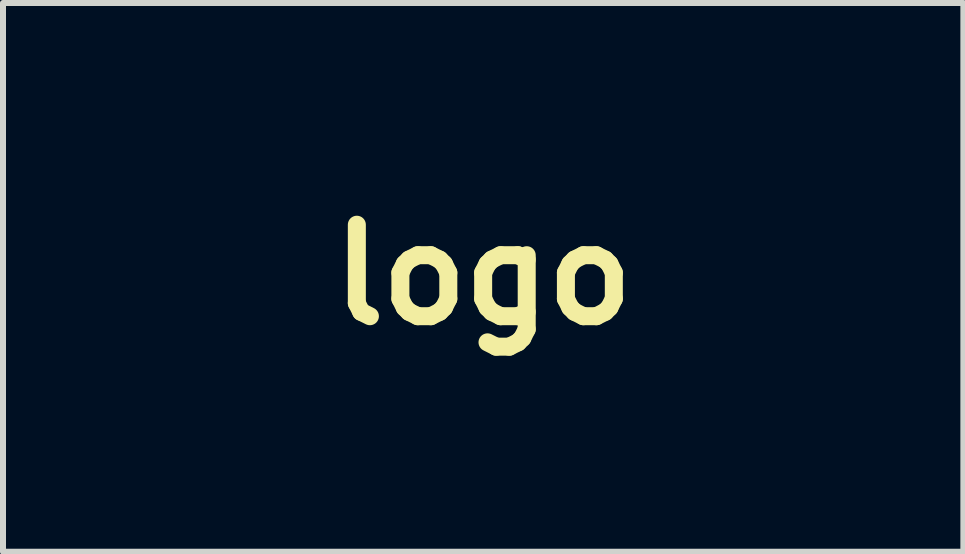
<source format=kicad_pcb>
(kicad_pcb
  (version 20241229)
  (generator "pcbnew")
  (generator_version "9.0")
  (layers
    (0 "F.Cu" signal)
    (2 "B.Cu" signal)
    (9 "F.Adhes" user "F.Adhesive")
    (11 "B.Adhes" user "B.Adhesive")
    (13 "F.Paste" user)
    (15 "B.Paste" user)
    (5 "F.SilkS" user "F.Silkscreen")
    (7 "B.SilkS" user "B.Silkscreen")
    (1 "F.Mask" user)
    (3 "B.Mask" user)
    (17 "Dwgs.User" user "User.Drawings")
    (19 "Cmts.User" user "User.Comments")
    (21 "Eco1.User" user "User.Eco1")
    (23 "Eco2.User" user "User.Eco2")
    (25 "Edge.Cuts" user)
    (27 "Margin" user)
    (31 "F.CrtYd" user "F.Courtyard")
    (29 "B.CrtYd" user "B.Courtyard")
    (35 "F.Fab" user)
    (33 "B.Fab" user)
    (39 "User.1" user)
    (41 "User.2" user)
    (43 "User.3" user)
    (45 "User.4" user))
  (footprint "logo"
    (layer "F.Cu")
    (at 5 1.529)
    (property "Reference" "logo" (at 0 0 0) (layer "F.SilkS") (effects (font (size 1.524 1.524) (thickness 0.3))))
    (attr through_hole)
    (fp_poly (pts (xy -3.471 0.889) (xy -3.514 0.931) (xy -3.556 0.889) (xy -3.514 0.847) (xy -3.471 0.889)) (stroke (width 0.01) (type solid)) (fill no) (layer "Eco2.User"))
    (fp_poly (pts (xy 0.48 1.552) (xy 0.468 1.603) (xy 0.423 1.609) (xy 0.354 1.578) (xy 0.367 1.552) (xy 0.467 1.542) (xy 0.48 1.552)) (stroke (width 0.01) (type solid)) (fill no) (layer "Eco2.User"))
    (fp_poly (pts (xy -1.48 -0.054) (xy -1.397 0) (xy -1.427 0.063) (xy -1.556 0.085) (xy -1.738 0.054) (xy -1.82 0) (xy -1.791 -0.063) (xy -1.661 -0.085) (xy -1.48 -0.054)) (stroke (width 0.01) (type solid)) (fill no) (layer "Eco2.User"))
    (fp_poly (pts (xy 0.192 1.553) (xy 0.195 1.581) (xy 0.062 1.592) (xy 0.042 1.592) (xy -0.089 1.58) (xy -0.076 1.554) (xy -0.062 1.55) (xy 0.123 1.538) (xy 0.192 1.553)) (stroke (width 0.01) (type solid)) (fill no) (layer "Eco2.User"))
    (fp_poly (pts (xy -2.306 1.548) (xy -2.259 1.566) (xy -2.36 1.578) (xy -2.582 1.582) (xy -2.8 1.577) (xy -2.883 1.565) (xy -2.816 1.548) (xy -2.814 1.547) (xy -2.538 1.533) (xy -2.306 1.548)) (stroke (width 0.01) (type solid)) (fill no) (layer "Eco2.User"))
    (fp_poly (pts (xy -1.492 0.377) (xy -1.439 0.466) (xy -1.509 0.555) (xy -1.665 0.595) (xy -1.829 0.575) (xy -1.891 0.536) (xy -1.946 0.421) (xy -1.845 0.353) (xy -1.693 0.339) (xy -1.492 0.377)) (stroke (width 0.01) (type solid)) (fill no) (layer "Eco2.User"))
    (fp_poly (pts (xy 1.051 -0.106) (xy 1.06 -0.005) (xy 1.051 0.012) (xy 0.947 0.071) (xy 0.798 0.081) (xy 0.69 0.041) (xy 0.677 0.01) (xy 0.747 -0.067) (xy 0.894 -0.12) (xy 1.027 -0.12) (xy 1.051 -0.106)) (stroke (width 0.01) (type solid)) (fill no) (layer "Eco2.User"))
    (fp_poly (pts (xy 1.185 1.537) (xy 1.185 1.539) (xy 1.112 1.588) (xy 0.934 1.609) (xy 0.931 1.609) (xy 0.753 1.599) (xy 0.677 1.576) (xy 0.677 1.576) (xy 0.751 1.542) (xy 0.927 1.507) (xy 0.931 1.506) (xy 1.108 1.5) (xy 1.185 1.537)) (stroke (width 0.01) (type solid)) (fill no) (layer "Eco2.User"))
    (fp_poly (pts (xy -4.508 -1.518) (xy -4.246 -1.511) (xy -4.132 -1.493) (xy -4.146 -1.457) (xy -4.219 -1.418) (xy -4.351 -1.324) (xy -4.382 -1.182) (xy -4.363 -1.043) (xy -4.339 -0.853) (xy -4.391 -0.776) (xy -4.555 -0.762) (xy -4.564 -0.762) (xy -4.793 -0.711) (xy -4.904 -0.614) (xy -4.952 -0.571) (xy -4.98 -0.658) (xy -4.992 -0.891) (xy -4.993 -0.995) (xy -4.995 -1.524) (xy -4.508 -1.518)) (stroke (width 0.01) (type solid)) (fill no) (layer "Eco2.User"))
    (fp_poly (pts (xy -4.843 -0.049) (xy -4.728 0.007) (xy -4.617 0.077) (xy -4.614 0.148) (xy -4.725 0.279) (xy -4.745 0.3) (xy -4.868 0.457) (xy -4.882 0.599) (xy -4.824 0.766) (xy -4.732 0.943) (xy -4.613 0.998) (xy -4.432 0.977) (xy -4.241 0.952) (xy -4.163 1.003) (xy -4.149 1.164) (xy -4.149 1.177) (xy -4.098 1.407) (xy -4 1.517) (xy -3.961 1.564) (xy -4.051 1.592) (xy -4.287 1.605) (xy -4.424 1.606) (xy -4.995 1.609) (xy -4.995 0.762) (xy -4.991 0.407) (xy -4.979 0.125) (xy -4.961 -0.048) (xy -4.947 -0.085) (xy -4.843 -0.049)) (stroke (width 0.01) (type solid)) (fill no) (layer "Eco2.User"))
    (fp_poly (pts (xy 4.995 -0.699) (xy 4.995 0.127) (xy 4.813 -0.242) (xy 4.523 -0.646) (xy 4.113 -0.963) (xy 3.622 -1.162) (xy 3.555 -1.178) (xy 3.187 -1.228) (xy 2.962 -1.191) (xy 2.879 -1.066) (xy 2.879 -1.049) (xy 2.956 -0.958) (xy 3.154 -0.929) (xy 3.61 -0.847) (xy 4.023 -0.624) (xy 4.366 -0.29) (xy 4.612 0.126) (xy 4.733 0.596) (xy 4.741 0.75) (xy 4.773 0.894) (xy 4.868 0.901) (xy 4.973 0.914) (xy 4.995 1.019) (xy 4.975 1.135) (xy 4.882 1.193) (xy 4.669 1.219) (xy 4.658 1.22) (xy 4.539 1.298) (xy 4.501 1.387) (xy 4.506 1.494) (xy 4.607 1.521) (xy 4.733 1.507) (xy 4.914 1.5) (xy 4.995 1.535) (xy 4.995 1.539) (xy 4.92 1.583) (xy 4.733 1.607) (xy 4.665 1.609) (xy 4.454 1.598) (xy 4.371 1.551) (xy 4.378 1.44) (xy 4.381 1.428) (xy 4.389 1.296) (xy 4.31 1.289) (xy 4.212 1.397) (xy 4.203 1.47) (xy 4.189 1.531) (xy 4.116 1.571) (xy 3.956 1.595) (xy 3.682 1.606) (xy 3.278 1.609) (xy 2.909 1.605) (xy 2.618 1.593) (xy 2.436 1.577) (xy 2.392 1.559) (xy 2.493 1.539) (xy 2.723 1.524) (xy 3.044 1.516) (xy 3.253 1.516) (xy 3.6 1.512) (xy 3.873 1.496) (xy 4.035 1.471) (xy 4.064 1.453) (xy 4.01 1.332) (xy 3.878 1.34) (xy 3.823 1.377) (xy 3.737 1.431) (xy 3.752 1.383) (xy 3.739 1.317) (xy 3.579 1.303) (xy 3.514 1.308) (xy 3.319 1.31) (xy 3.22 1.286) (xy 3.217 1.279) (xy 3.14 1.252) (xy 2.94 1.233) (xy 2.709 1.228) (xy 2.427 1.233) (xy 2.275 1.258) (xy 2.213 1.319) (xy 2.201 1.418) (xy 2.179 1.543) (xy 2.08 1.593) (xy 1.884 1.596) (xy 1.704 1.585) (xy 1.684 1.57) (xy 1.799 1.548) (xy 1.991 1.482) (xy 2.036 1.391) (xy 1.944 1.313) (xy 1.729 1.287) (xy 1.529 1.309) (xy 1.46 1.373) (xy 1.468 1.453) (xy 1.454 1.584) (xy 1.389 1.609) (xy 1.288 1.573) (xy 1.28 1.545) (xy 1.274 1.35) (xy 1.164 1.282) (xy 1.058 1.291) (xy 0.896 1.29) (xy 0.844 1.237) (xy 0.801 1.221) (xy 0.717 1.307) (xy 0.625 1.402) (xy 0.593 1.39) (xy 0.517 1.342) (xy 0.326 1.313) (xy 0.212 1.31) (xy -0.016 1.299) (xy -0.152 1.268) (xy -0.169 1.249) (xy -0.235 1.188) (xy -0.264 1.185) (xy -0.323 1.256) (xy -0.318 1.397) (xy -0.277 1.609) (xy -1.176 1.593) (xy -1.507 1.584) (xy -1.692 1.573) (xy -1.723 1.56) (xy -1.592 1.546) (xy -1.587 1.546) (xy -1.288 1.513) (xy -1.134 1.458) (xy -1.102 1.397) (xy -0.931 1.397) (xy -0.858 1.499) (xy -0.72 1.524) (xy -0.549 1.48) (xy -0.508 1.397) (xy -0.582 1.295) (xy -0.72 1.27) (xy -0.89 1.314) (xy -0.931 1.397) (xy -1.102 1.397) (xy -1.101 1.394) (xy -1.161 1.309) (xy -1.355 1.303) (xy -1.532 1.305) (xy -1.609 1.268) (xy -1.609 1.267) (xy -1.676 1.227) (xy -1.757 1.234) (xy -2.031 1.279) (xy -2.311 1.299) (xy -2.542 1.294) (xy -2.67 1.261) (xy -2.678 1.253) (xy -2.773 1.238) (xy -2.923 1.306) (xy -3.079 1.383) (xy -3.156 1.345) (xy -3.162 1.331) (xy -3.196 1.318) (xy -3.211 1.418) (xy -3.264 1.571) (xy -3.344 1.609) (xy -3.456 1.574) (xy -3.469 1.545) (xy -3.42 1.435) (xy -3.343 1.319) (xy -3.267 1.158) (xy -3.314 1.044) (xy -3.337 0.981) (xy -3.257 0.947) (xy -3.047 0.933) (xy -2.889 0.931) (xy -2.602 0.925) (xy -2.445 0.899) (xy -2.381 0.84) (xy -2.371 0.762) (xy -2.393 0.66) (xy -2.488 0.61) (xy -2.696 0.593) (xy -2.794 0.593) (xy -3.217 0.593) (xy -3.217 0.212) (xy -3.201 -0.016) (xy -3.158 -0.152) (xy -3.133 -0.169) (xy -3.073 -0.243) (xy -3.059 -0.346) (xy -2.624 -0.346) (xy -2.618 -0.11) (xy -2.592 0.064) (xy -2.568 0.113) (xy -2.508 0.157) (xy -2.474 0.122) (xy -2.459 -0.024) (xy -2.455 -0.307) (xy -2.455 -0.339) (xy -2.462 -0.472) (xy -2.286 -0.472) (xy -2.263 -0.081) (xy -2.195 0.153) (xy -2.161 0.197) (xy -2.08 0.301) (xy -2.129 0.357) (xy -2.161 0.37) (xy -2.266 0.486) (xy -2.273 0.667) (xy -2.184 0.83) (xy -2.021 0.905) (xy -1.768 0.935) (xy -1.49 0.924) (xy -1.248 0.874) (xy -1.108 0.787) (xy -1.105 0.783) (xy -1.027 0.68) (xy -0.963 0.726) (xy -0.927 0.783) (xy -0.837 0.868) (xy -0.669 0.914) (xy -0.383 0.931) (xy -0.292 0.931) (xy 0.004 0.926) (xy 0.169 0.902) (xy 0.24 0.848) (xy 0.254 0.762) (xy 0.247 0.732) (xy 0.338 0.732) (xy 0.357 0.863) (xy 0.402 0.918) (xy 0.478 0.931) (xy 0.496 0.931) (xy 0.628 0.896) (xy 0.675 0.759) (xy 0.677 0.677) (xy 0.698 0.497) (xy 0.797 0.431) (xy 0.926 0.423) (xy 1.109 0.451) (xy 1.186 0.566) (xy 1.201 0.656) (xy 1.236 0.804) (xy 1.328 0.875) (xy 1.53 0.9) (xy 1.587 0.903) (xy 1.813 0.903) (xy 1.917 0.861) (xy 1.946 0.747) (xy 1.947 0.674) (xy 1.955 0.576) (xy 2.886 0.576) (xy 2.909 0.72) (xy 3.024 0.821) (xy 3.204 0.84) (xy 3.367 0.78) (xy 3.421 0.709) (xy 3.416 0.526) (xy 3.288 0.384) (xy 3.12 0.339) (xy 2.955 0.408) (xy 2.886 0.576) (xy 1.955 0.576) (xy 1.958 0.533) (xy 2.019 0.457) (xy 2.172 0.423) (xy 2.391 0.407) (xy 2.671 0.376) (xy 2.817 0.317) (xy 2.862 0.237) (xy 2.849 0.151) (xy 2.744 0.101) (xy 2.514 0.073) (xy 2.439 0.068) (xy 2.143 0.032) (xy 2.01 -0.024) (xy 2.02 -0.042) (xy 2.963 -0.042) (xy 3.033 0.065) (xy 3.114 0.085) (xy 3.343 0.149) (xy 3.538 0.305) (xy 3.638 0.502) (xy 3.641 0.541) (xy 3.684 0.757) (xy 3.783 0.837) (xy 3.891 0.778) (xy 3.962 0.576) (xy 3.964 0.564) (xy 3.916 0.322) (xy 3.75 0.088) (xy 3.511 -0.091) (xy 3.246 -0.169) (xy 3.224 -0.169) (xy 3.019 -0.133) (xy 2.963 -0.042) (xy 2.02 -0.042) (xy 2.043 -0.085) (xy 2.24 -0.134) (xy 2.434 -0.153) (xy 2.703 -0.18) (xy 2.839 -0.23) (xy 2.877 -0.318) (xy 2.877 -0.322) (xy 2.844 -0.49) (xy 2.808 -0.552) (xy 2.946 -0.552) (xy 3.031 -0.474) (xy 3.276 -0.401) (xy 3.289 -0.398) (xy 3.599 -0.274) (xy 3.875 -0.053) (xy 4.072 0.218) (xy 4.149 0.494) (xy 4.149 0.497) (xy 4.178 0.73) (xy 4.28 0.834) (xy 4.374 0.847) (xy 4.459 0.77) (xy 4.487 0.572) (xy 4.414 0.167) (xy 4.216 -0.19) (xy 3.925 -0.466) (xy 3.572 -0.631) (xy 3.262 -0.66) (xy 3.023 -0.619) (xy 2.946 -0.552) (xy 2.808 -0.552) (xy 2.77 -0.616) (xy 2.69 -0.654) (xy 2.653 -0.614) (xy 2.569 -0.511) (xy 2.49 -0.554) (xy 2.455 -0.72) (xy 2.426 -0.879) (xy 2.371 -0.931) (xy 2.307 -0.859) (xy 2.286 -0.72) (xy 2.257 -0.561) (xy 2.201 -0.508) (xy 2.126 -0.577) (xy 2.117 -0.635) (xy 2.075 -0.749) (xy 1.989 -0.736) (xy 1.921 -0.614) (xy 1.897 -0.601) (xy 1.879 -0.728) (xy 1.872 -0.868) (xy 1.855 -1.148) (xy 1.825 -1.273) (xy 1.785 -1.254) (xy 1.741 -1.104) (xy 1.697 -0.834) (xy 1.658 -0.458) (xy 1.641 -0.233) (xy 1.613 0.14) (xy 1.586 0.42) (xy 1.561 0.582) (xy 1.543 0.604) (xy 1.541 0.593) (xy 1.484 0.39) (xy 1.427 0.283) (xy 1.399 0.166) (xy 1.435 0.13) (xy 1.483 0.025) (xy 1.512 -0.181) (xy 1.522 -0.434) (xy 1.513 -0.68) (xy 1.484 -0.864) (xy 1.439 -0.931) (xy 1.377 -0.858) (xy 1.355 -0.703) (xy 1.334 -0.556) (xy 1.283 -0.549) (xy 1.223 -0.658) (xy 1.173 -0.86) (xy 1.163 -0.931) (xy 1.128 -1.228) (xy 1.114 -0.915) (xy 1.083 -0.693) (xy 1.028 -0.566) (xy 0.971 -0.553) (xy 0.935 -0.675) (xy 0.931 -0.757) (xy 0.907 -0.937) (xy 0.849 -1.016) (xy 0.847 -1.016) (xy 0.787 -0.942) (xy 0.762 -0.765) (xy 0.762 -0.762) (xy 0.737 -0.584) (xy 0.678 -0.508) (xy 0.677 -0.508) (xy 0.611 -0.58) (xy 0.593 -0.694) (xy 0.573 -0.817) (xy 0.502 -0.79) (xy 0.496 -0.784) (xy 0.451 -0.662) (xy 0.407 -0.413) (xy 0.371 -0.08) (xy 0.358 0.122) (xy 0.34 0.496) (xy 0.338 0.732) (xy 0.247 0.732) (xy 0.231 0.66) (xy 0.136 0.609) (xy -0.074 0.593) (xy -0.164 0.593) (xy -0.417 0.577) (xy -0.593 0.537) (xy -0.635 0.508) (xy -0.597 0.452) (xy -0.419 0.425) (xy -0.351 0.423) (xy 0.001 0.398) (xy 0.199 0.322) (xy 0.254 0.207) (xy 0.179 0.127) (xy -0.052 0.079) (xy -0.191 0.068) (xy -0.486 0.031) (xy -0.616 -0.025) (xy -0.58 -0.086) (xy -0.378 -0.135) (xy -0.191 -0.153) (xy 0.074 -0.177) (xy 0.217 -0.226) (xy 0.286 -0.324) (xy 0.307 -0.392) (xy 0.314 -0.59) (xy 0.265 -0.7) (xy 0.187 -0.741) (xy 0.169 -0.652) (xy 0.122 -0.525) (xy 0.026 -0.533) (xy -0.029 -0.614) (xy -0.088 -0.668) (xy -0.169 -0.593) (xy -0.258 -0.514) (xy -0.311 -0.575) (xy -0.378 -0.64) (xy -0.474 -0.586) (xy -0.56 -0.543) (xy -0.591 -0.635) (xy -0.593 -0.709) (xy -0.62 -0.873) (xy -0.677 -0.931) (xy -0.742 -0.859) (xy -0.762 -0.725) (xy -0.793 -0.545) (xy -0.847 -0.466) (xy -0.913 -0.492) (xy -0.931 -0.588) (xy -0.966 -0.728) (xy -1.016 -0.762) (xy -1.084 -0.695) (xy -1.096 -0.546) (xy -1.049 -0.396) (xy -1.035 -0.377) (xy -1.005 -0.251) (xy -1.004 -0.023) (xy -1.014 0.104) (xy -1.043 0.337) (xy -1.072 0.422) (xy -1.115 0.378) (xy -1.156 0.295) (xy -1.203 0.144) (xy -1.177 0.085) (xy -1.121 0.014) (xy -1.103 -0.149) (xy -1.121 -0.333) (xy -1.176 -0.466) (xy -1.18 -0.47) (xy -1.235 -0.598) (xy -1.28 -0.826) (xy -1.292 -0.931) (xy -1.325 -1.312) (xy -1.34 -0.91) (xy -1.368 -0.68) (xy -1.421 -0.538) (xy -1.477 -0.503) (xy -1.517 -0.598) (xy -1.524 -0.72) (xy -1.553 -0.879) (xy -1.609 -0.931) (xy -1.672 -0.859) (xy -1.693 -0.72) (xy -1.722 -0.561) (xy -1.778 -0.508) (xy -1.831 -0.583) (xy -1.861 -0.771) (xy -1.863 -0.847) (xy -1.886 -1.091) (xy -1.941 -1.178) (xy -2.001 -1.111) (xy -2.042 -0.892) (xy -2.046 -0.826) (xy -2.056 -0.622) (xy -2.068 -0.579) (xy -2.087 -0.688) (xy -2.093 -0.741) (xy -2.137 -0.955) (xy -2.189 -1.017) (xy -2.239 -0.939) (xy -2.274 -0.738) (xy -2.286 -0.472) (xy -2.462 -0.472) (xy -2.468 -0.609) (xy -2.502 -0.793) (xy -2.54 -0.847) (xy -2.583 -0.772) (xy -2.612 -0.586) (xy -2.624 -0.346) (xy -3.059 -0.346) (xy -3.048 -0.42) (xy -3.048 -0.423) (xy -3.07 -0.55) (xy -2.862 -0.55) (xy -2.853 -0.406) (xy -2.827 -0.393) (xy -2.823 -0.401) (xy -2.806 -0.569) (xy -2.82 -0.655) (xy -2.847 -0.689) (xy -2.862 -0.577) (xy -2.862 -0.55) (xy -3.07 -0.55) (xy -3.077 -0.596) (xy -3.14 -0.677) (xy -3.2 -0.644) (xy -3.22 -0.529) (xy -3.231 -0.427) (xy -3.284 -0.463) (xy -3.335 -0.529) (xy -3.445 -0.647) (xy -3.499 -0.677) (xy -3.524 -0.599) (xy -3.548 -0.39) (xy -3.568 -0.088) (xy -3.574 0.064) (xy -3.598 0.804) (xy -3.873 0.536) (xy -4.096 0.236) (xy -4.149 -0.062) (xy -4.033 -0.358) (xy -3.901 -0.515) (xy -3.714 -0.671) (xy -3.553 -0.757) (xy -3.52 -0.762) (xy -3.404 -0.809) (xy -3.42 -0.953) (xy -3.57 -1.197) (xy -3.603 -1.241) (xy -3.819 -1.524) (xy 4.995 -1.524) (xy 4.995 -0.699)) (stroke (width 0.01) (type solid)) (fill no) (layer "Eco2.User")))
  (gr_rect
    (start -3 -3)
    (end 13.001 6.143)
    (stroke (width 0.1) (type default))
    (fill no)
    (layer "Edge.Cuts")))
</source>
